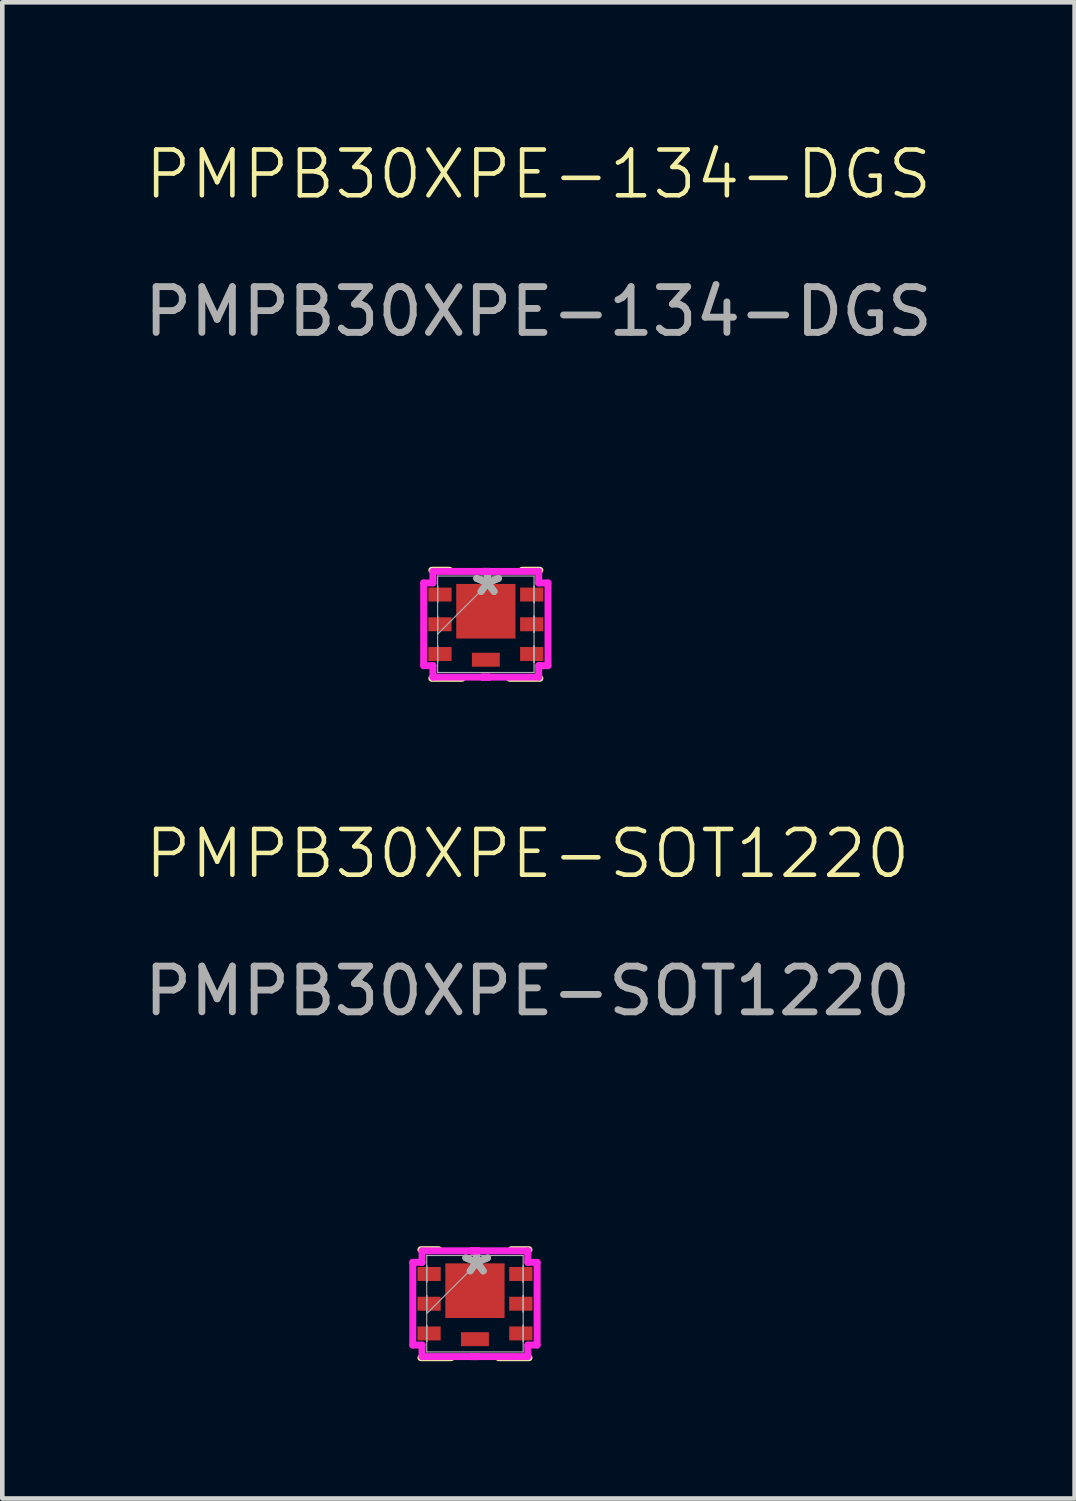
<source format=kicad_pcb>
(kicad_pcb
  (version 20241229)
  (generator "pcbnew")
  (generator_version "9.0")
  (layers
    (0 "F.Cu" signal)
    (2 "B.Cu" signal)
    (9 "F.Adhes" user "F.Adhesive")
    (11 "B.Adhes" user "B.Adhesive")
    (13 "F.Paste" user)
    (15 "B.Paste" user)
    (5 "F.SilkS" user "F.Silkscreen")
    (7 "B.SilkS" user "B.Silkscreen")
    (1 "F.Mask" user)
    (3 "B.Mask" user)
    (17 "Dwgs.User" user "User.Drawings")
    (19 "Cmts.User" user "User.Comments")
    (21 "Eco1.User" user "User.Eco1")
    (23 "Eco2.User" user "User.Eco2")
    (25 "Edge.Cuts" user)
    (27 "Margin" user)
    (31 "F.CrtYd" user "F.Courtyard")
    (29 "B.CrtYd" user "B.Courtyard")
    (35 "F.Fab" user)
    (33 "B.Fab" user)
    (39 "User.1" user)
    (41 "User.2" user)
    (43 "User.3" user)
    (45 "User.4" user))
  (footprint "PMPB30XPE-134-DGS"
    (layer "F.Cu")
    (at 7.57 10.611)
    (property "Reference" "PMPB30XPE-134-DGS" (at 1.15 -9.85 0) (unlocked yes) (layer "F.SilkS") (effects (font (size 1 1) (thickness 0.1))))
    (attr smd)
    (fp_line (start -1.181 1.166) (end -0.52 1.166) (stroke (width 0.152) (type solid)) (layer "F.SilkS"))
    (fp_line (start -0.793 -1.196) (end -1.181 -1.196) (stroke (width 0.152) (type solid)) (layer "F.SilkS"))
    (fp_line (start 0.52 1.166) (end 1.181 1.166) (stroke (width 0.152) (type solid)) (layer "F.SilkS"))
    (fp_line (start 1.181 -1.196) (end 0.793 -1.196) (stroke (width 0.152) (type solid)) (layer "F.SilkS"))
    (fp_line (start -1.359 -0.919) (end -1.156 -0.919) (stroke (width 0.152) (type solid)) (layer "F.CrtYd"))
    (fp_line (start -1.359 0.889) (end -1.359 -0.919) (stroke (width 0.152) (type solid)) (layer "F.CrtYd"))
    (fp_line (start -1.156 -1.171) (end 0.071 -1.171) (stroke (width 0.152) (type solid)) (layer "F.CrtYd"))
    (fp_line (start -1.156 -0.919) (end -1.156 -1.171) (stroke (width 0.152) (type solid)) (layer "F.CrtYd"))
    (fp_line (start -1.156 0.889) (end -1.359 0.889) (stroke (width 0.152) (type solid)) (layer "F.CrtYd"))
    (fp_line (start -1.156 1.141) (end -1.156 0.889) (stroke (width 0.152) (type solid)) (layer "F.CrtYd"))
    (fp_line (start -0.071 -1.171) (end -0.071 -1.171) (stroke (width 0.152) (type solid)) (layer "F.CrtYd"))
    (fp_line (start -0.071 -1.171) (end 1.156 -1.171) (stroke (width 0.152) (type solid)) (layer "F.CrtYd"))
    (fp_line (start -0.071 1.141) (end -0.071 1.141) (stroke (width 0.152) (type solid)) (layer "F.CrtYd"))
    (fp_line (start -0.071 1.141) (end 0.071 1.141) (stroke (width 0.152) (type solid)) (layer "F.CrtYd"))
    (fp_line (start 0.071 -1.171) (end -0.071 -1.171) (stroke (width 0.152) (type solid)) (layer "F.CrtYd"))
    (fp_line (start 0.071 -1.171) (end 0.071 -1.171) (stroke (width 0.152) (type solid)) (layer "F.CrtYd"))
    (fp_line (start 0.071 1.141) (end -1.156 1.141) (stroke (width 0.152) (type solid)) (layer "F.CrtYd"))
    (fp_line (start 0.071 1.141) (end 0.071 1.141) (stroke (width 0.152) (type solid)) (layer "F.CrtYd"))
    (fp_line (start 1.156 -1.171) (end 1.156 -0.919) (stroke (width 0.152) (type solid)) (layer "F.CrtYd"))
    (fp_line (start 1.156 -0.919) (end 1.359 -0.919) (stroke (width 0.152) (type solid)) (layer "F.CrtYd"))
    (fp_line (start 1.156 0.889) (end 1.156 1.141) (stroke (width 0.152) (type solid)) (layer "F.CrtYd"))
    (fp_line (start 1.156 1.141) (end -0.071 1.141) (stroke (width 0.152) (type solid)) (layer "F.CrtYd"))
    (fp_line (start 1.359 -0.919) (end 1.359 0.889) (stroke (width 0.152) (type solid)) (layer "F.CrtYd"))
    (fp_line (start 1.359 0.889) (end 1.156 0.889) (stroke (width 0.152) (type solid)) (layer "F.CrtYd"))
    (fp_line (start -1.054 -1.069) (end -1.054 1.039) (stroke (width 0.025) (type solid)) (layer "F.Fab"))
    (fp_line (start -1.054 -0.843) (end -1.054 -0.843) (stroke (width 0.025) (type solid)) (layer "F.Fab"))
    (fp_line (start -1.054 -0.843) (end -1.054 -0.487) (stroke (width 0.025) (type solid)) (layer "F.Fab"))
    (fp_line (start -1.054 -0.487) (end -1.054 -0.843) (stroke (width 0.025) (type solid)) (layer "F.Fab"))
    (fp_line (start -1.054 -0.487) (end -1.054 -0.487) (stroke (width 0.025) (type solid)) (layer "F.Fab"))
    (fp_line (start -1.054 -0.193) (end -1.054 -0.193) (stroke (width 0.025) (type solid)) (layer "F.Fab"))
    (fp_line (start -1.054 -0.193) (end -1.054 0.163) (stroke (width 0.025) (type solid)) (layer "F.Fab"))
    (fp_line (start -1.054 0.163) (end -1.054 -0.193) (stroke (width 0.025) (type solid)) (layer "F.Fab"))
    (fp_line (start -1.054 0.163) (end -1.054 0.163) (stroke (width 0.025) (type solid)) (layer "F.Fab"))
    (fp_line (start -1.054 0.201) (end 0.216 -1.069) (stroke (width 0.025) (type solid)) (layer "F.Fab"))
    (fp_line (start -1.054 0.457) (end -1.054 0.457) (stroke (width 0.025) (type solid)) (layer "F.Fab"))
    (fp_line (start -1.054 0.457) (end -1.054 0.813) (stroke (width 0.025) (type solid)) (layer "F.Fab"))
    (fp_line (start -1.054 0.813) (end -1.054 0.457) (stroke (width 0.025) (type solid)) (layer "F.Fab"))
    (fp_line (start -1.054 0.813) (end -1.054 0.813) (stroke (width 0.025) (type solid)) (layer "F.Fab"))
    (fp_line (start -1.054 1.039) (end 1.054 1.039) (stroke (width 0.025) (type solid)) (layer "F.Fab"))
    (fp_line (start 1.054 -1.069) (end -1.054 -1.069) (stroke (width 0.025) (type solid)) (layer "F.Fab"))
    (fp_line (start 1.054 -0.843) (end 1.054 -0.843) (stroke (width 0.025) (type solid)) (layer "F.Fab"))
    (fp_line (start 1.054 -0.843) (end 1.054 -0.487) (stroke (width 0.025) (type solid)) (layer "F.Fab"))
    (fp_line (start 1.054 -0.487) (end 1.054 -0.843) (stroke (width 0.025) (type solid)) (layer "F.Fab"))
    (fp_line (start 1.054 -0.487) (end 1.054 -0.487) (stroke (width 0.025) (type solid)) (layer "F.Fab"))
    (fp_line (start 1.054 -0.193) (end 1.054 -0.193) (stroke (width 0.025) (type solid)) (layer "F.Fab"))
    (fp_line (start 1.054 -0.193) (end 1.054 0.163) (stroke (width 0.025) (type solid)) (layer "F.Fab"))
    (fp_line (start 1.054 0.163) (end 1.054 -0.193) (stroke (width 0.025) (type solid)) (layer "F.Fab"))
    (fp_line (start 1.054 0.163) (end 1.054 0.163) (stroke (width 0.025) (type solid)) (layer "F.Fab"))
    (fp_line (start 1.054 0.457) (end 1.054 0.457) (stroke (width 0.025) (type solid)) (layer "F.Fab"))
    (fp_line (start 1.054 0.457) (end 1.054 0.813) (stroke (width 0.025) (type solid)) (layer "F.Fab"))
    (fp_line (start 1.054 0.813) (end 1.054 0.457) (stroke (width 0.025) (type solid)) (layer "F.Fab"))
    (fp_line (start 1.054 0.813) (end 1.054 0.813) (stroke (width 0.025) (type solid)) (layer "F.Fab"))
    (fp_line (start 1.054 1.039) (end 1.054 -1.069) (stroke (width 0.025) (type solid)) (layer "F.Fab"))
    (fp_text user "*" (at 0.038 -0.615 0) (unlocked yes) (layer "F.Fab") (effects (font (size 1 1) (thickness 0.15))))
    (fp_text user "${REFERENCE}" (at 1.15 -6.85 0) (unlocked yes) (layer "F.Fab") (effects (font (size 1 1) (thickness 0.15))))
    (fp_text user "*" (at 0.038 -0.615 0) (layer "F.Fab") (effects (font (size 1 1) (thickness 0.15))))
    (pad "1" smd rect (at -1.003 -0.665 90) (size 0.305 0.508) (layers "F.Cu" "F.Mask" "F.Paste"))
    (pad "1" smd rect (at -1.003 -0.015 90) (size 0.305 0.508) (layers "F.Cu" "F.Mask" "F.Paste"))
    (pad "1" smd rect (at 0 -0.3) (size 1.295 1.194) (layers "F.Cu" "F.Mask" "F.Paste"))
    (pad "1" smd rect (at 1.003 -0.665 90) (size 0.305 0.508) (layers "F.Cu" "F.Mask" "F.Paste"))
    (pad "1" smd rect (at 1.003 -0.015 90) (size 0.305 0.508) (layers "F.Cu" "F.Mask" "F.Paste"))
    (pad "3" smd rect (at -1.003 0.635 90) (size 0.305 0.508) (layers "F.Cu" "F.Mask" "F.Paste"))
    (pad "4" smd rect (at 0 0.76) (size 0.61 0.305) (layers "F.Cu" "F.Mask" "F.Paste"))
    (pad "4" smd rect (at 1.003 0.635 90) (size 0.305 0.508) (layers "F.Cu" "F.Mask" "F.Paste")))
  (footprint "PMPB30XPE-SOT1220"
    (layer "F.Cu")
    (at 7.332 25.463)
    (property "Reference" "PMPB30XPE-SOT1220" (at 1.15 -9.85 0) (unlocked yes) (layer "F.SilkS") (effects (font (size 1 1) (thickness 0.1))))
    (attr smd)
    (fp_line (start -1.181 1.166) (end -0.52 1.166) (stroke (width 0.152) (type solid)) (layer "F.SilkS"))
    (fp_line (start -0.793 -1.196) (end -1.181 -1.196) (stroke (width 0.152) (type solid)) (layer "F.SilkS"))
    (fp_line (start 0.52 1.166) (end 1.181 1.166) (stroke (width 0.152) (type solid)) (layer "F.SilkS"))
    (fp_line (start 1.181 -1.196) (end 0.793 -1.196) (stroke (width 0.152) (type solid)) (layer "F.SilkS"))
    (fp_line (start -1.359 -0.919) (end -1.156 -0.919) (stroke (width 0.152) (type solid)) (layer "F.CrtYd"))
    (fp_line (start -1.359 0.889) (end -1.359 -0.919) (stroke (width 0.152) (type solid)) (layer "F.CrtYd"))
    (fp_line (start -1.156 -1.171) (end 0.071 -1.171) (stroke (width 0.152) (type solid)) (layer "F.CrtYd"))
    (fp_line (start -1.156 -0.919) (end -1.156 -1.171) (stroke (width 0.152) (type solid)) (layer "F.CrtYd"))
    (fp_line (start -1.156 0.889) (end -1.359 0.889) (stroke (width 0.152) (type solid)) (layer "F.CrtYd"))
    (fp_line (start -1.156 1.141) (end -1.156 0.889) (stroke (width 0.152) (type solid)) (layer "F.CrtYd"))
    (fp_line (start -0.071 -1.171) (end -0.071 -1.171) (stroke (width 0.152) (type solid)) (layer "F.CrtYd"))
    (fp_line (start -0.071 -1.171) (end 1.156 -1.171) (stroke (width 0.152) (type solid)) (layer "F.CrtYd"))
    (fp_line (start -0.071 1.141) (end -0.071 1.141) (stroke (width 0.152) (type solid)) (layer "F.CrtYd"))
    (fp_line (start -0.071 1.141) (end 0.071 1.141) (stroke (width 0.152) (type solid)) (layer "F.CrtYd"))
    (fp_line (start 0.071 -1.171) (end -0.071 -1.171) (stroke (width 0.152) (type solid)) (layer "F.CrtYd"))
    (fp_line (start 0.071 -1.171) (end 0.071 -1.171) (stroke (width 0.152) (type solid)) (layer "F.CrtYd"))
    (fp_line (start 0.071 1.141) (end -1.156 1.141) (stroke (width 0.152) (type solid)) (layer "F.CrtYd"))
    (fp_line (start 0.071 1.141) (end 0.071 1.141) (stroke (width 0.152) (type solid)) (layer "F.CrtYd"))
    (fp_line (start 1.156 -1.171) (end 1.156 -0.919) (stroke (width 0.152) (type solid)) (layer "F.CrtYd"))
    (fp_line (start 1.156 -0.919) (end 1.359 -0.919) (stroke (width 0.152) (type solid)) (layer "F.CrtYd"))
    (fp_line (start 1.156 0.889) (end 1.156 1.141) (stroke (width 0.152) (type solid)) (layer "F.CrtYd"))
    (fp_line (start 1.156 1.141) (end -0.071 1.141) (stroke (width 0.152) (type solid)) (layer "F.CrtYd"))
    (fp_line (start 1.359 -0.919) (end 1.359 0.889) (stroke (width 0.152) (type solid)) (layer "F.CrtYd"))
    (fp_line (start 1.359 0.889) (end 1.156 0.889) (stroke (width 0.152) (type solid)) (layer "F.CrtYd"))
    (fp_line (start -1.054 -1.069) (end -1.054 1.039) (stroke (width 0.025) (type solid)) (layer "F.Fab"))
    (fp_line (start -1.054 -0.843) (end -1.054 -0.843) (stroke (width 0.025) (type solid)) (layer "F.Fab"))
    (fp_line (start -1.054 -0.843) (end -1.054 -0.487) (stroke (width 0.025) (type solid)) (layer "F.Fab"))
    (fp_line (start -1.054 -0.487) (end -1.054 -0.843) (stroke (width 0.025) (type solid)) (layer "F.Fab"))
    (fp_line (start -1.054 -0.487) (end -1.054 -0.487) (stroke (width 0.025) (type solid)) (layer "F.Fab"))
    (fp_line (start -1.054 -0.193) (end -1.054 -0.193) (stroke (width 0.025) (type solid)) (layer "F.Fab"))
    (fp_line (start -1.054 -0.193) (end -1.054 0.163) (stroke (width 0.025) (type solid)) (layer "F.Fab"))
    (fp_line (start -1.054 0.163) (end -1.054 -0.193) (stroke (width 0.025) (type solid)) (layer "F.Fab"))
    (fp_line (start -1.054 0.163) (end -1.054 0.163) (stroke (width 0.025) (type solid)) (layer "F.Fab"))
    (fp_line (start -1.054 0.201) (end 0.216 -1.069) (stroke (width 0.025) (type solid)) (layer "F.Fab"))
    (fp_line (start -1.054 0.457) (end -1.054 0.457) (stroke (width 0.025) (type solid)) (layer "F.Fab"))
    (fp_line (start -1.054 0.457) (end -1.054 0.813) (stroke (width 0.025) (type solid)) (layer "F.Fab"))
    (fp_line (start -1.054 0.813) (end -1.054 0.457) (stroke (width 0.025) (type solid)) (layer "F.Fab"))
    (fp_line (start -1.054 0.813) (end -1.054 0.813) (stroke (width 0.025) (type solid)) (layer "F.Fab"))
    (fp_line (start -1.054 1.039) (end 1.054 1.039) (stroke (width 0.025) (type solid)) (layer "F.Fab"))
    (fp_line (start 1.054 -1.069) (end -1.054 -1.069) (stroke (width 0.025) (type solid)) (layer "F.Fab"))
    (fp_line (start 1.054 -0.843) (end 1.054 -0.843) (stroke (width 0.025) (type solid)) (layer "F.Fab"))
    (fp_line (start 1.054 -0.843) (end 1.054 -0.487) (stroke (width 0.025) (type solid)) (layer "F.Fab"))
    (fp_line (start 1.054 -0.487) (end 1.054 -0.843) (stroke (width 0.025) (type solid)) (layer "F.Fab"))
    (fp_line (start 1.054 -0.487) (end 1.054 -0.487) (stroke (width 0.025) (type solid)) (layer "F.Fab"))
    (fp_line (start 1.054 -0.193) (end 1.054 -0.193) (stroke (width 0.025) (type solid)) (layer "F.Fab"))
    (fp_line (start 1.054 -0.193) (end 1.054 0.163) (stroke (width 0.025) (type solid)) (layer "F.Fab"))
    (fp_line (start 1.054 0.163) (end 1.054 -0.193) (stroke (width 0.025) (type solid)) (layer "F.Fab"))
    (fp_line (start 1.054 0.163) (end 1.054 0.163) (stroke (width 0.025) (type solid)) (layer "F.Fab"))
    (fp_line (start 1.054 0.457) (end 1.054 0.457) (stroke (width 0.025) (type solid)) (layer "F.Fab"))
    (fp_line (start 1.054 0.457) (end 1.054 0.813) (stroke (width 0.025) (type solid)) (layer "F.Fab"))
    (fp_line (start 1.054 0.813) (end 1.054 0.457) (stroke (width 0.025) (type solid)) (layer "F.Fab"))
    (fp_line (start 1.054 0.813) (end 1.054 0.813) (stroke (width 0.025) (type solid)) (layer "F.Fab"))
    (fp_line (start 1.054 1.039) (end 1.054 -1.069) (stroke (width 0.025) (type solid)) (layer "F.Fab"))
    (fp_text user "*" (at 0.038 -0.615 0) (layer "F.Fab") (effects (font (size 1 1) (thickness 0.15))))
    (fp_text user "*" (at 0.038 -0.615 0) (unlocked yes) (layer "F.Fab") (effects (font (size 1 1) (thickness 0.15))))
    (fp_text user "${REFERENCE}" (at 1.15 -6.85 0) (unlocked yes) (layer "F.Fab") (effects (font (size 1 1) (thickness 0.15))))
    (pad "1" smd rect (at -1.003 -0.665 90) (size 0.305 0.508) (layers "F.Cu" "F.Mask" "F.Paste"))
    (pad "2" smd rect (at -1.003 -0.015 90) (size 0.305 0.508) (layers "F.Cu" "F.Mask" "F.Paste"))
    (pad "3" smd rect (at -1.003 0.635 90) (size 0.305 0.508) (layers "F.Cu" "F.Mask" "F.Paste"))
    (pad "4" smd rect (at 1.003 0.635 90) (size 0.305 0.508) (layers "F.Cu" "F.Mask" "F.Paste"))
    (pad "5" smd rect (at 1.003 -0.015 90) (size 0.305 0.508) (layers "F.Cu" "F.Mask" "F.Paste"))
    (pad "6" smd rect (at 1.003 -0.665 90) (size 0.305 0.508) (layers "F.Cu" "F.Mask" "F.Paste"))
    (pad "7" smd rect (at 0 -0.3) (size 1.295 1.194) (layers "F.Cu" "F.Mask" "F.Paste"))
    (pad "8" smd rect (at 0 0.76) (size 0.61 0.305) (layers "F.Cu" "F.Mask" "F.Paste")))
  (gr_rect
    (start -3 -3)
    (end 20.44 29.706)
    (stroke (width 0.1) (type default))
    (fill no)
    (layer "Edge.Cuts")))
</source>
